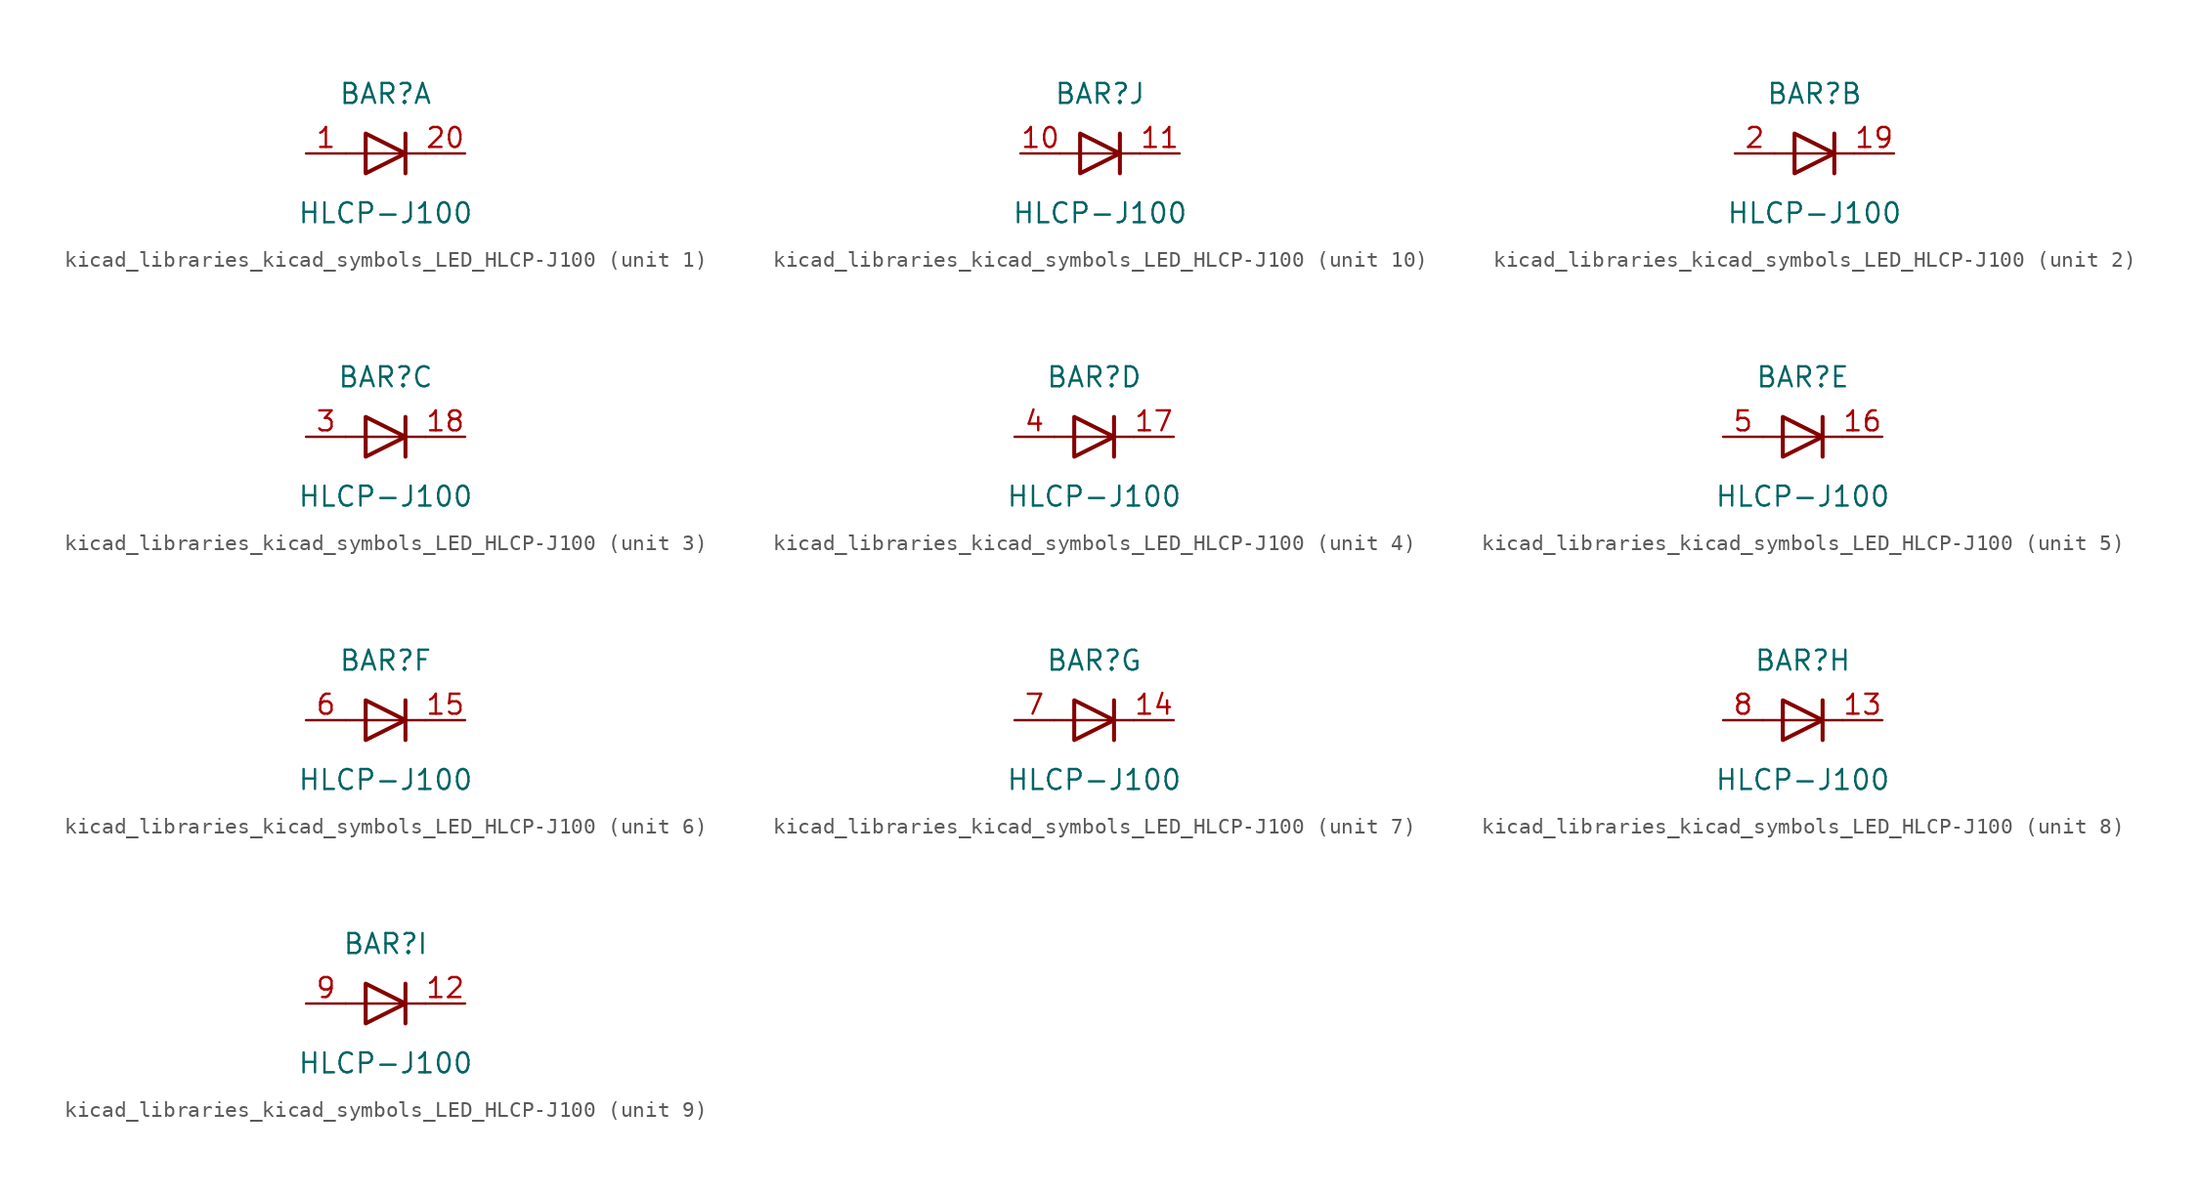
<source format=kicad_sym>
(kicad_symbol_lib
  (version 20220914)
  (generator kicad_symbol_editor)
  (symbol "kicad_libraries_kicad_symbols_LED_HLCP-J100"
    (pin_names
      (offset 1.016) hide)
    (property "Reference" "BAR"
      (at 0 3.81 0)
      (effects (font (size 1.27 1.27))))
    (property "Value" "HLCP-J100"
      (at 0 -3.81 0)
      (effects (font (size 1.27 1.27))))
    (symbol "kicad_libraries_kicad_symbols_LED_HLCP-J100_0_1"
      (polyline (pts (xy -2.54 0) (xy 2.54 0)) (stroke (width 0) (type default)) (fill (type none)))
      (polyline (pts (xy 1.27 -1.27) (xy 1.27 1.27)) (stroke (width 0.254) (type default)) (fill (type none)))
      (polyline (pts (xy -1.27 1.27) (xy -1.27 -1.27) (xy 1.27 0) (xy -1.27 1.27)) (stroke (width 0.254) (type default)) (fill (type none))))
    (symbol "kicad_libraries_kicad_symbols_LED_HLCP-J100_1_1"
      (pin passive line (at -5.08 0 0) (length 2.54) (name "A" (effects (font (size 1.27 1.27)))) (number "1" (effects (font (size 1.27 1.27)))))
      (pin passive line (at 5.08 0 180) (length 2.54) (name "K" (effects (font (size 1.27 1.27)))) (number "20" (effects (font (size 1.27 1.27))))))
    (symbol "kicad_libraries_kicad_symbols_LED_HLCP-J100_2_1"
      (pin passive line (at 5.08 0 180) (length 2.54) (name "K" (effects (font (size 1.27 1.27)))) (number "19" (effects (font (size 1.27 1.27)))))
      (pin passive line (at -5.08 0 0) (length 2.54) (name "A" (effects (font (size 1.27 1.27)))) (number "2" (effects (font (size 1.27 1.27))))))
    (symbol "kicad_libraries_kicad_symbols_LED_HLCP-J100_3_1"
      (pin passive line (at 5.08 0 180) (length 2.54) (name "K" (effects (font (size 1.27 1.27)))) (number "18" (effects (font (size 1.27 1.27)))))
      (pin passive line (at -5.08 0 0) (length 2.54) (name "A" (effects (font (size 1.27 1.27)))) (number "3" (effects (font (size 1.27 1.27))))))
    (symbol "kicad_libraries_kicad_symbols_LED_HLCP-J100_4_1"
      (pin passive line (at 5.08 0 180) (length 2.54) (name "K" (effects (font (size 1.27 1.27)))) (number "17" (effects (font (size 1.27 1.27)))))
      (pin passive line (at -5.08 0 0) (length 2.54) (name "A" (effects (font (size 1.27 1.27)))) (number "4" (effects (font (size 1.27 1.27))))))
    (symbol "kicad_libraries_kicad_symbols_LED_HLCP-J100_5_1"
      (pin passive line (at 5.08 0 180) (length 2.54) (name "K" (effects (font (size 1.27 1.27)))) (number "16" (effects (font (size 1.27 1.27)))))
      (pin passive line (at -5.08 0 0) (length 2.54) (name "A" (effects (font (size 1.27 1.27)))) (number "5" (effects (font (size 1.27 1.27))))))
    (symbol "kicad_libraries_kicad_symbols_LED_HLCP-J100_6_1"
      (pin passive line (at 5.08 0 180) (length 2.54) (name "K" (effects (font (size 1.27 1.27)))) (number "15" (effects (font (size 1.27 1.27)))))
      (pin passive line (at -5.08 0 0) (length 2.54) (name "A" (effects (font (size 1.27 1.27)))) (number "6" (effects (font (size 1.27 1.27))))))
    (symbol "kicad_libraries_kicad_symbols_LED_HLCP-J100_7_1"
      (pin passive line (at 5.08 0 180) (length 2.54) (name "K" (effects (font (size 1.27 1.27)))) (number "14" (effects (font (size 1.27 1.27)))))
      (pin passive line (at -5.08 0 0) (length 2.54) (name "A" (effects (font (size 1.27 1.27)))) (number "7" (effects (font (size 1.27 1.27))))))
    (symbol "kicad_libraries_kicad_symbols_LED_HLCP-J100_8_1"
      (pin passive line (at 5.08 0 180) (length 2.54) (name "K" (effects (font (size 1.27 1.27)))) (number "13" (effects (font (size 1.27 1.27)))))
      (pin passive line (at -5.08 0 0) (length 2.54) (name "A" (effects (font (size 1.27 1.27)))) (number "8" (effects (font (size 1.27 1.27))))))
    (symbol "kicad_libraries_kicad_symbols_LED_HLCP-J100_9_1"
      (pin passive line (at 5.08 0 180) (length 2.54) (name "K" (effects (font (size 1.27 1.27)))) (number "12" (effects (font (size 1.27 1.27)))))
      (pin passive line (at -5.08 0 0) (length 2.54) (name "A" (effects (font (size 1.27 1.27)))) (number "9" (effects (font (size 1.27 1.27))))))
    (symbol "kicad_libraries_kicad_symbols_LED_HLCP-J100_10_1"
      (pin passive line (at -5.08 0 0) (length 2.54) (name "A" (effects (font (size 1.27 1.27)))) (number "10" (effects (font (size 1.27 1.27)))))
      (pin passive line (at 5.08 0 180) (length 2.54) (name "K" (effects (font (size 1.27 1.27)))) (number "11" (effects (font (size 1.27 1.27))))))))
</source>
